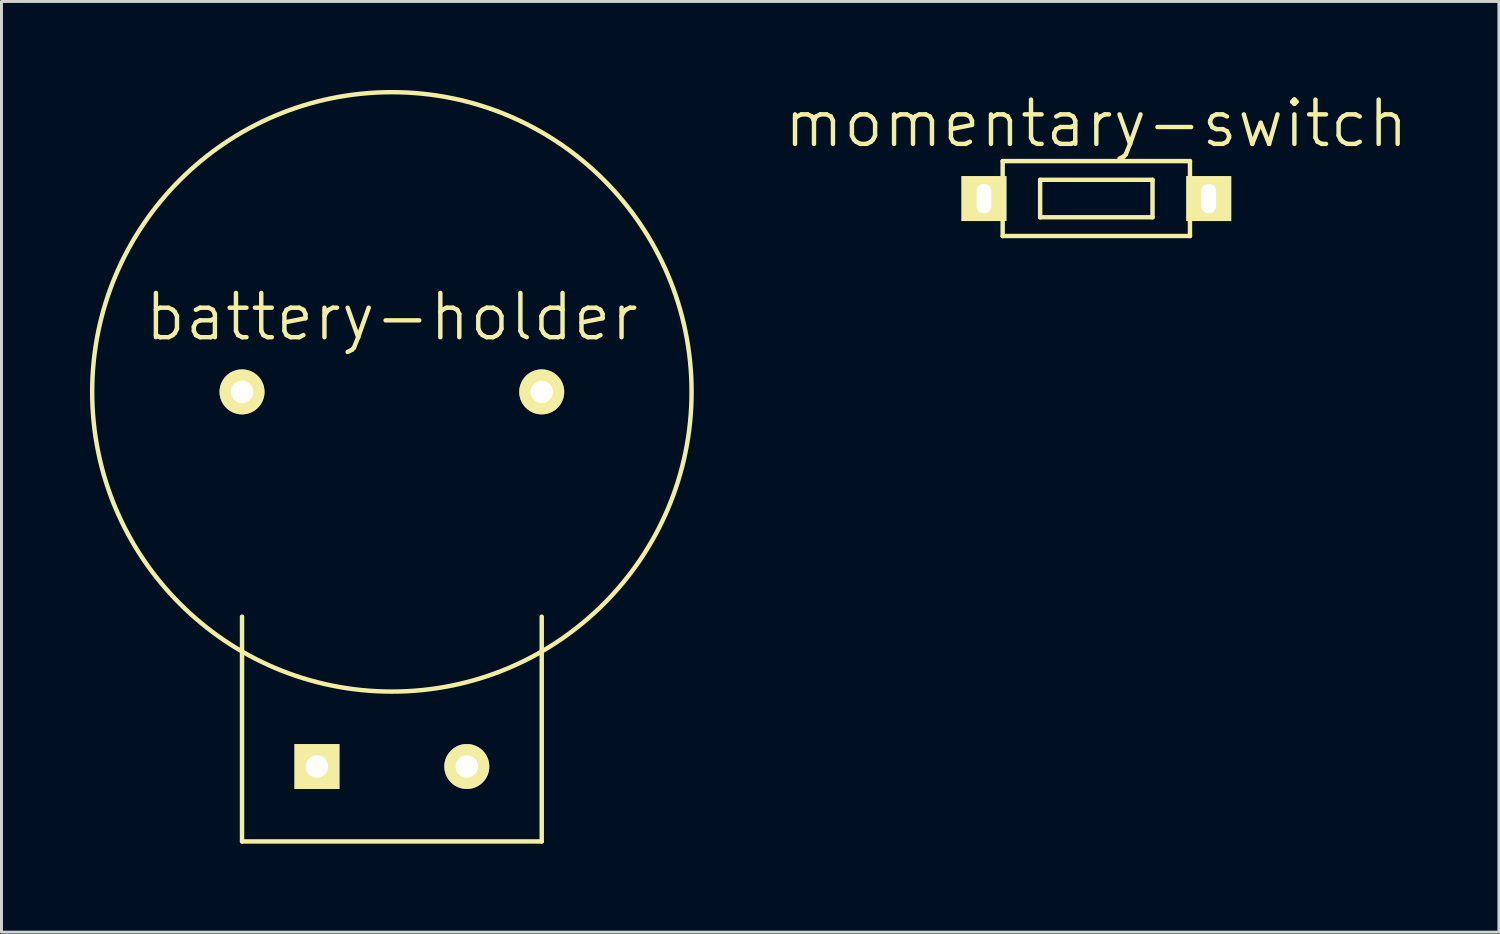
<source format=kicad_pcb>
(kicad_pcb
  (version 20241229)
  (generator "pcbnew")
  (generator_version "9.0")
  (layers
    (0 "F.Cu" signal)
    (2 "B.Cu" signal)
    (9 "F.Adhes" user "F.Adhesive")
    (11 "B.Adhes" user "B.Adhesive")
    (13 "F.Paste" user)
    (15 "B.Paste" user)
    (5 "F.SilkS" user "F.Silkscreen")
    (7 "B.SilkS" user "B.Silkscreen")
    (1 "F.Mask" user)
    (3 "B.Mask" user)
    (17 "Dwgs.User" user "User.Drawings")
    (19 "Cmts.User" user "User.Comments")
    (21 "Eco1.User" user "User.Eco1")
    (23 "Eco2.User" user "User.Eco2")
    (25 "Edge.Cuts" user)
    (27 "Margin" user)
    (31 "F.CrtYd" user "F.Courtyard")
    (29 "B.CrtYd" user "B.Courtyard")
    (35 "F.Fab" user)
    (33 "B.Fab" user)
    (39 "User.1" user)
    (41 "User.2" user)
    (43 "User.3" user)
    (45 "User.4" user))
  (footprint "momentary-switch"
    (layer "F.Cu")
    (at 35.386 8.761)
    (property "Reference" "momentary-switch" (at -1.27 -7.62 0) (layer "F.SilkS") (effects (font (size 1.5 1.5) (thickness 0.15))))
    (attr through_hole)
    (fp_line (start -4.445 -6.35) (end -4.445 -3.81) (stroke (width 0.15) (type solid)) (layer "F.SilkS"))
    (fp_line (start -4.445 -3.81) (end 1.905 -3.81) (stroke (width 0.15) (type solid)) (layer "F.SilkS"))
    (fp_line (start -3.175 -5.715) (end -3.175 -4.445) (stroke (width 0.15) (type solid)) (layer "F.SilkS"))
    (fp_line (start -3.175 -4.445) (end 0.635 -4.445) (stroke (width 0.15) (type solid)) (layer "F.SilkS"))
    (fp_line (start 0.635 -5.715) (end -3.175 -5.715) (stroke (width 0.15) (type solid)) (layer "F.SilkS"))
    (fp_line (start 0.635 -4.445) (end 0.635 -5.715) (stroke (width 0.15) (type solid)) (layer "F.SilkS"))
    (fp_line (start 1.905 -6.35) (end -4.445 -6.35) (stroke (width 0.15) (type solid)) (layer "F.SilkS"))
    (fp_line (start 1.905 -3.81) (end 1.905 -6.35) (stroke (width 0.15) (type solid)) (layer "F.SilkS"))
    (pad "1" thru_hole rect (at -5.08 -5.08) (size 1.524 1.524) (drill oval 0.5 1) (layers "*.Cu" "*.Mask" "F.SilkS"))
    (pad "2" thru_hole rect (at 2.54 -5.08) (size 1.524 1.524) (drill oval 0.5 1) (layers "*.Cu" "*.Mask" "F.SilkS")))
  (footprint "battery-holder"
    (layer "F.Cu")
    (at 10.235 10.235)
    (property "Reference" "battery-holder" (at 0 -2.54 0) (layer "F.SilkS") (effects (font (size 1.5 1.5) (thickness 0.15))))
    (attr through_hole)
    (fp_line (start -5.08 7.62) (end -5.08 15.24) (stroke (width 0.15) (type solid)) (layer "F.SilkS"))
    (fp_line (start -5.08 15.24) (end 5.08 15.24) (stroke (width 0.15) (type solid)) (layer "F.SilkS"))
    (fp_line (start 5.08 15.24) (end 5.08 7.62) (stroke (width 0.15) (type solid)) (layer "F.SilkS"))
    (fp_circle (center 0 0) (end 10.16 0) (stroke (width 0.15) (type solid)) (fill no) (layer "F.SilkS"))
    (pad "1" thru_hole rect (at -2.54 12.7) (size 1.524 1.524) (drill 0.762) (layers "*.Cu" "*.Mask" "F.SilkS"))
    (pad "1" thru_hole circle (at 2.54 12.7) (size 1.524 1.524) (drill 0.762) (layers "*.Cu" "*.Mask" "F.SilkS"))
    (pad "2" thru_hole circle (at -5.08 0) (size 1.524 1.524) (drill 0.762) (layers "*.Cu" "*.Mask" "F.SilkS"))
    (pad "2" thru_hole circle (at 5.08 0) (size 1.524 1.524) (drill 0.762) (layers "*.Cu" "*.Mask" "F.SilkS")))
  (gr_rect
    (start -3 -3)
    (end 47.763 28.55)
    (stroke (width 0.1) (type default))
    (fill no)
    (layer "Edge.Cuts")))
</source>
